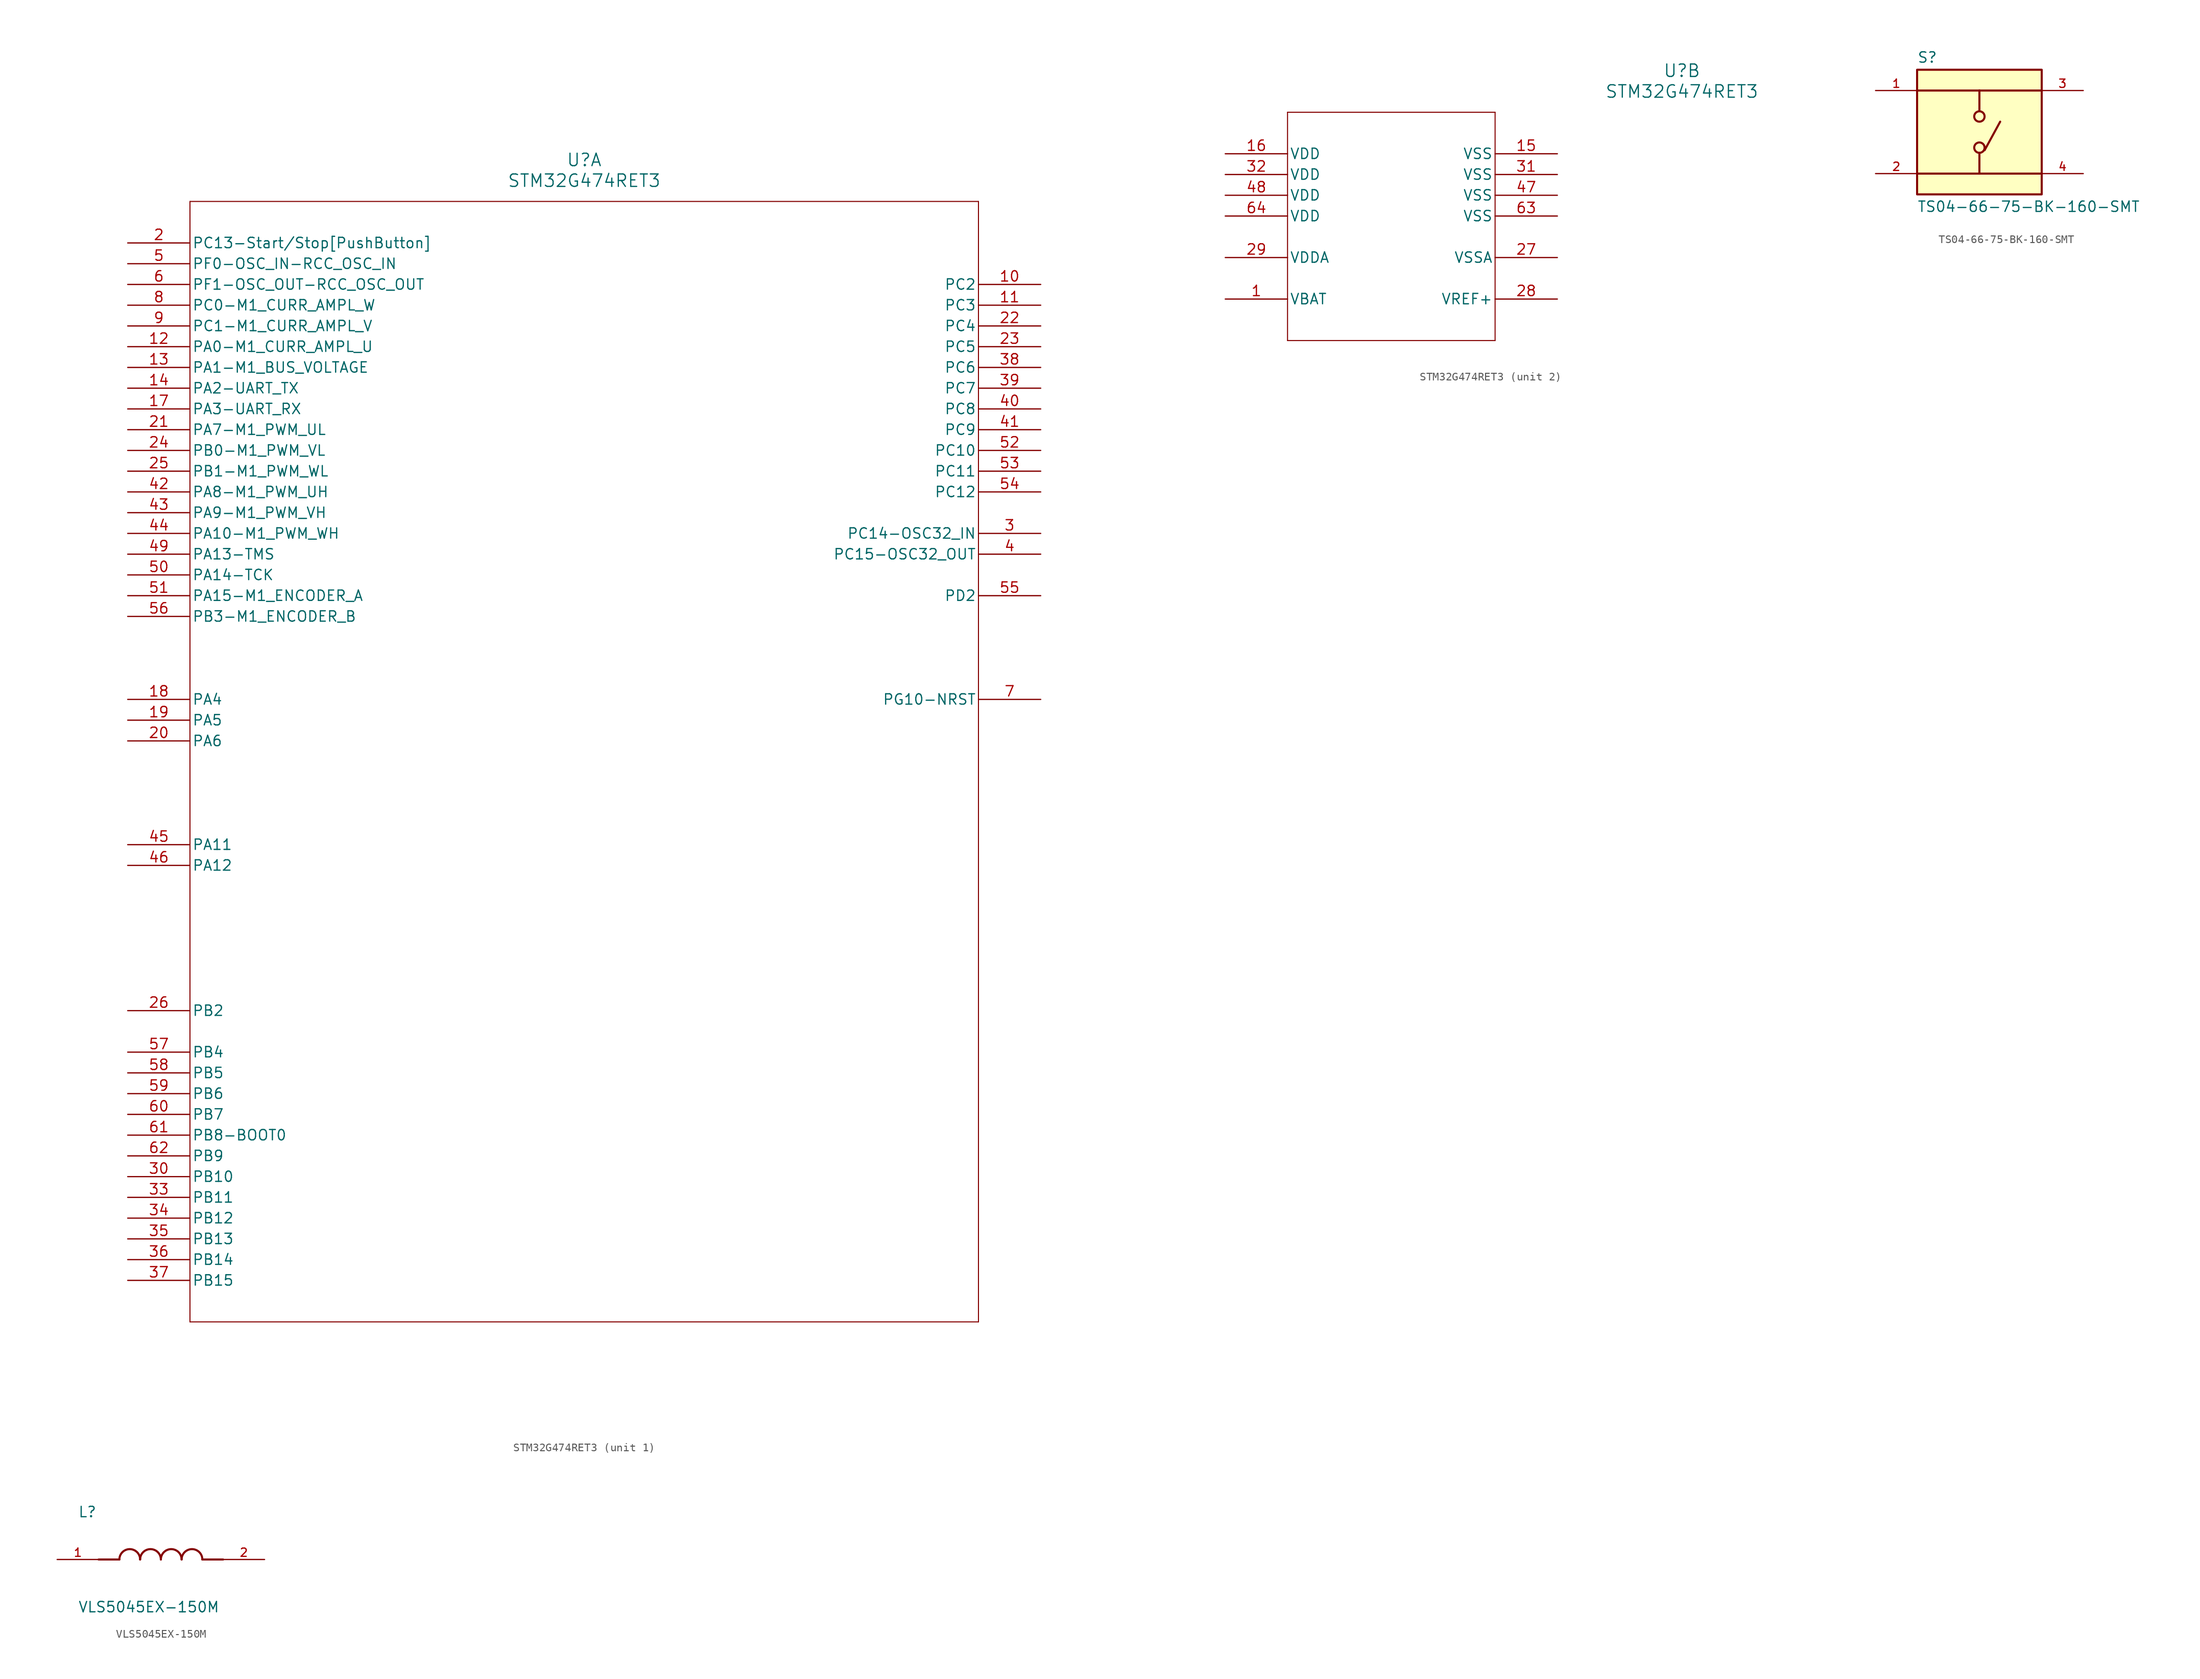
<source format=kicad_sym>
(kicad_symbol_lib
  (version 20220914)
  (generator kicad_symbol_editor)
  (symbol "STM32G474RET3"
    (pin_names
      (offset 0.254))
    (property "Reference" "U"
      (at 55.88 10.16 0)
      (effects (font (size 1.524 1.524))))
    (property "Value" "STM32G474RET3"
      (at 55.88 7.62 0)
      (effects (font (size 1.524 1.524))))
    (property "ki_locked" ""
      (at 0 0 0)
      (effects (font (size 1.27 1.27))))
    (symbol "STM32G474RET3_1_1"
      (polyline (pts (xy 7.62 -132.08) (xy 104.14 -132.08)) (stroke (width 0.127) (type default)) (fill (type none)))
      (polyline (pts (xy 7.62 5.08) (xy 7.62 -132.08)) (stroke (width 0.127) (type default)) (fill (type none)))
      (polyline (pts (xy 104.14 -132.08) (xy 104.14 5.08)) (stroke (width 0.127) (type default)) (fill (type none)))
      (polyline (pts (xy 104.14 5.08) (xy 7.62 5.08)) (stroke (width 0.127) (type default)) (fill (type none)))
      (pin bidirectional line (at 111.76 -5.08 180) (length 7.62) (name "PC2" (effects (font (size 1.27 1.27)))) (number "10" (effects (font (size 1.27 1.27)))))
      (pin bidirectional line (at 111.76 -7.62 180) (length 7.62) (name "PC3" (effects (font (size 1.27 1.27)))) (number "11" (effects (font (size 1.27 1.27)))))
      (pin unspecified line (at 0 -12.7 0) (length 7.62) (name "PA0-M1_CURR_AMPL_U" (effects (font (size 1.27 1.27)))) (number "12" (effects (font (size 1.27 1.27)))))
      (pin unspecified line (at 0 -15.24 0) (length 7.62) (name "PA1-M1_BUS_VOLTAGE" (effects (font (size 1.27 1.27)))) (number "13" (effects (font (size 1.27 1.27)))))
      (pin unspecified line (at 0 -17.78 0) (length 7.62) (name "PA2-UART_TX" (effects (font (size 1.27 1.27)))) (number "14" (effects (font (size 1.27 1.27)))))
      (pin unspecified line (at 0 -20.32 0) (length 7.62) (name "PA3-UART_RX" (effects (font (size 1.27 1.27)))) (number "17" (effects (font (size 1.27 1.27)))))
      (pin bidirectional line (at 0 -55.88 0) (length 7.62) (name "PA4" (effects (font (size 1.27 1.27)))) (number "18" (effects (font (size 1.27 1.27)))))
      (pin bidirectional line (at 0 -58.42 0) (length 7.62) (name "PA5" (effects (font (size 1.27 1.27)))) (number "19" (effects (font (size 1.27 1.27)))))
      (pin unspecified line (at 0 0 0) (length 7.62) (name "PC13-Start/Stop[PushButton]" (effects (font (size 1.27 1.27)))) (number "2" (effects (font (size 1.27 1.27)))))
      (pin bidirectional line (at 0 -60.96 0) (length 7.62) (name "PA6" (effects (font (size 1.27 1.27)))) (number "20" (effects (font (size 1.27 1.27)))))
      (pin unspecified line (at 0 -22.86 0) (length 7.62) (name "PA7-M1_PWM_UL" (effects (font (size 1.27 1.27)))) (number "21" (effects (font (size 1.27 1.27)))))
      (pin bidirectional line (at 111.76 -10.16 180) (length 7.62) (name "PC4" (effects (font (size 1.27 1.27)))) (number "22" (effects (font (size 1.27 1.27)))))
      (pin bidirectional line (at 111.76 -12.7 180) (length 7.62) (name "PC5" (effects (font (size 1.27 1.27)))) (number "23" (effects (font (size 1.27 1.27)))))
      (pin unspecified line (at 0 -25.4 0) (length 7.62) (name "PB0-M1_PWM_VL" (effects (font (size 1.27 1.27)))) (number "24" (effects (font (size 1.27 1.27)))))
      (pin unspecified line (at 0 -27.94 0) (length 7.62) (name "PB1-M1_PWM_WL" (effects (font (size 1.27 1.27)))) (number "25" (effects (font (size 1.27 1.27)))))
      (pin bidirectional line (at 0 -93.98 0) (length 7.62) (name "PB2" (effects (font (size 1.27 1.27)))) (number "26" (effects (font (size 1.27 1.27)))))
      (pin bidirectional line (at 111.76 -35.56 180) (length 7.62) (name "PC14-OSC32_IN" (effects (font (size 1.27 1.27)))) (number "3" (effects (font (size 1.27 1.27)))))
      (pin bidirectional line (at 0 -114.3 0) (length 7.62) (name "PB10" (effects (font (size 1.27 1.27)))) (number "30" (effects (font (size 1.27 1.27)))))
      (pin bidirectional line (at 0 -116.84 0) (length 7.62) (name "PB11" (effects (font (size 1.27 1.27)))) (number "33" (effects (font (size 1.27 1.27)))))
      (pin bidirectional line (at 0 -119.38 0) (length 7.62) (name "PB12" (effects (font (size 1.27 1.27)))) (number "34" (effects (font (size 1.27 1.27)))))
      (pin bidirectional line (at 0 -121.92 0) (length 7.62) (name "PB13" (effects (font (size 1.27 1.27)))) (number "35" (effects (font (size 1.27 1.27)))))
      (pin bidirectional line (at 0 -124.46 0) (length 7.62) (name "PB14" (effects (font (size 1.27 1.27)))) (number "36" (effects (font (size 1.27 1.27)))))
      (pin bidirectional line (at 0 -127 0) (length 7.62) (name "PB15" (effects (font (size 1.27 1.27)))) (number "37" (effects (font (size 1.27 1.27)))))
      (pin bidirectional line (at 111.76 -15.24 180) (length 7.62) (name "PC6" (effects (font (size 1.27 1.27)))) (number "38" (effects (font (size 1.27 1.27)))))
      (pin bidirectional line (at 111.76 -17.78 180) (length 7.62) (name "PC7" (effects (font (size 1.27 1.27)))) (number "39" (effects (font (size 1.27 1.27)))))
      (pin bidirectional line (at 111.76 -38.1 180) (length 7.62) (name "PC15-OSC32_OUT" (effects (font (size 1.27 1.27)))) (number "4" (effects (font (size 1.27 1.27)))))
      (pin bidirectional line (at 111.76 -20.32 180) (length 7.62) (name "PC8" (effects (font (size 1.27 1.27)))) (number "40" (effects (font (size 1.27 1.27)))))
      (pin bidirectional line (at 111.76 -22.86 180) (length 7.62) (name "PC9" (effects (font (size 1.27 1.27)))) (number "41" (effects (font (size 1.27 1.27)))))
      (pin unspecified line (at 0 -30.48 0) (length 7.62) (name "PA8-M1_PWM_UH" (effects (font (size 1.27 1.27)))) (number "42" (effects (font (size 1.27 1.27)))))
      (pin unspecified line (at 0 -33.02 0) (length 7.62) (name "PA9-M1_PWM_VH" (effects (font (size 1.27 1.27)))) (number "43" (effects (font (size 1.27 1.27)))))
      (pin unspecified line (at 0 -35.56 0) (length 7.62) (name "PA10-M1_PWM_WH" (effects (font (size 1.27 1.27)))) (number "44" (effects (font (size 1.27 1.27)))))
      (pin bidirectional line (at 0 -73.66 0) (length 7.62) (name "PA11" (effects (font (size 1.27 1.27)))) (number "45" (effects (font (size 1.27 1.27)))))
      (pin bidirectional line (at 0 -76.2 0) (length 7.62) (name "PA12" (effects (font (size 1.27 1.27)))) (number "46" (effects (font (size 1.27 1.27)))))
      (pin unspecified line (at 0 -38.1 0) (length 7.62) (name "PA13-TMS" (effects (font (size 1.27 1.27)))) (number "49" (effects (font (size 1.27 1.27)))))
      (pin unspecified line (at 0 -2.54 0) (length 7.62) (name "PF0-OSC_IN-RCC_OSC_IN" (effects (font (size 1.27 1.27)))) (number "5" (effects (font (size 1.27 1.27)))))
      (pin unspecified line (at 0 -40.64 0) (length 7.62) (name "PA14-TCK" (effects (font (size 1.27 1.27)))) (number "50" (effects (font (size 1.27 1.27)))))
      (pin unspecified line (at 0 -43.18 0) (length 7.62) (name "PA15-M1_ENCODER_A" (effects (font (size 1.27 1.27)))) (number "51" (effects (font (size 1.27 1.27)))))
      (pin bidirectional line (at 111.76 -25.4 180) (length 7.62) (name "PC10" (effects (font (size 1.27 1.27)))) (number "52" (effects (font (size 1.27 1.27)))))
      (pin bidirectional line (at 111.76 -27.94 180) (length 7.62) (name "PC11" (effects (font (size 1.27 1.27)))) (number "53" (effects (font (size 1.27 1.27)))))
      (pin bidirectional line (at 111.76 -30.48 180) (length 7.62) (name "PC12" (effects (font (size 1.27 1.27)))) (number "54" (effects (font (size 1.27 1.27)))))
      (pin bidirectional line (at 111.76 -43.18 180) (length 7.62) (name "PD2" (effects (font (size 1.27 1.27)))) (number "55" (effects (font (size 1.27 1.27)))))
      (pin unspecified line (at 0 -45.72 0) (length 7.62) (name "PB3-M1_ENCODER_B" (effects (font (size 1.27 1.27)))) (number "56" (effects (font (size 1.27 1.27)))))
      (pin bidirectional line (at 0 -99.06 0) (length 7.62) (name "PB4" (effects (font (size 1.27 1.27)))) (number "57" (effects (font (size 1.27 1.27)))))
      (pin bidirectional line (at 0 -101.6 0) (length 7.62) (name "PB5" (effects (font (size 1.27 1.27)))) (number "58" (effects (font (size 1.27 1.27)))))
      (pin bidirectional line (at 0 -104.14 0) (length 7.62) (name "PB6" (effects (font (size 1.27 1.27)))) (number "59" (effects (font (size 1.27 1.27)))))
      (pin unspecified line (at 0 -5.08 0) (length 7.62) (name "PF1-OSC_OUT-RCC_OSC_OUT" (effects (font (size 1.27 1.27)))) (number "6" (effects (font (size 1.27 1.27)))))
      (pin bidirectional line (at 0 -106.68 0) (length 7.62) (name "PB7" (effects (font (size 1.27 1.27)))) (number "60" (effects (font (size 1.27 1.27)))))
      (pin bidirectional line (at 0 -109.22 0) (length 7.62) (name "PB8-BOOT0" (effects (font (size 1.27 1.27)))) (number "61" (effects (font (size 1.27 1.27)))))
      (pin bidirectional line (at 0 -111.76 0) (length 7.62) (name "PB9" (effects (font (size 1.27 1.27)))) (number "62" (effects (font (size 1.27 1.27)))))
      (pin bidirectional line (at 111.76 -55.88 180) (length 7.62) (name "PG10-NRST" (effects (font (size 1.27 1.27)))) (number "7" (effects (font (size 1.27 1.27)))))
      (pin unspecified line (at 0 -7.62 0) (length 7.62) (name "PC0-M1_CURR_AMPL_W" (effects (font (size 1.27 1.27)))) (number "8" (effects (font (size 1.27 1.27)))))
      (pin unspecified line (at 0 -10.16 0) (length 7.62) (name "PC1-M1_CURR_AMPL_V" (effects (font (size 1.27 1.27)))) (number "9" (effects (font (size 1.27 1.27))))))
    (symbol "STM32G474RET3_2_1"
      (polyline (pts (xy 7.62 -22.86) (xy 33.02 -22.86)) (stroke (width 0.127) (type default)) (fill (type none)))
      (polyline (pts (xy 7.62 5.08) (xy 7.62 -22.86)) (stroke (width 0.127) (type default)) (fill (type none)))
      (polyline (pts (xy 33.02 -22.86) (xy 33.02 5.08)) (stroke (width 0.127) (type default)) (fill (type none)))
      (polyline (pts (xy 33.02 5.08) (xy 7.62 5.08)) (stroke (width 0.127) (type default)) (fill (type none)))
      (pin power_in line (at 0 -17.78 0) (length 7.62) (name "VBAT" (effects (font (size 1.27 1.27)))) (number "1" (effects (font (size 1.27 1.27)))))
      (pin power_in line (at 40.64 0 180) (length 7.62) (name "VSS" (effects (font (size 1.27 1.27)))) (number "15" (effects (font (size 1.27 1.27)))))
      (pin power_in line (at 0 0 0) (length 7.62) (name "VDD" (effects (font (size 1.27 1.27)))) (number "16" (effects (font (size 1.27 1.27)))))
      (pin power_in line (at 40.64 -12.7 180) (length 7.62) (name "VSSA" (effects (font (size 1.27 1.27)))) (number "27" (effects (font (size 1.27 1.27)))))
      (pin power_in line (at 40.64 -17.78 180) (length 7.62) (name "VREF+" (effects (font (size 1.27 1.27)))) (number "28" (effects (font (size 1.27 1.27)))))
      (pin power_in line (at 0 -12.7 0) (length 7.62) (name "VDDA" (effects (font (size 1.27 1.27)))) (number "29" (effects (font (size 1.27 1.27)))))
      (pin power_in line (at 40.64 -2.54 180) (length 7.62) (name "VSS" (effects (font (size 1.27 1.27)))) (number "31" (effects (font (size 1.27 1.27)))))
      (pin power_in line (at 0 -2.54 0) (length 7.62) (name "VDD" (effects (font (size 1.27 1.27)))) (number "32" (effects (font (size 1.27 1.27)))))
      (pin power_in line (at 40.64 -5.08 180) (length 7.62) (name "VSS" (effects (font (size 1.27 1.27)))) (number "47" (effects (font (size 1.27 1.27)))))
      (pin power_in line (at 0 -5.08 0) (length 7.62) (name "VDD" (effects (font (size 1.27 1.27)))) (number "48" (effects (font (size 1.27 1.27)))))
      (pin power_in line (at 40.64 -7.62 180) (length 7.62) (name "VSS" (effects (font (size 1.27 1.27)))) (number "63" (effects (font (size 1.27 1.27)))))
      (pin power_in line (at 0 -7.62 0) (length 7.62) (name "VDD" (effects (font (size 1.27 1.27)))) (number "64" (effects (font (size 1.27 1.27)))))))
  (symbol "TS04-66-75-BK-160-SMT"
    (pin_names
      (offset 1.016))
    (property "Reference" "S"
      (at -7.62 8.382 0)
      (effects (font (size 1.27 1.27)) (justify left bottom)))
    (property "Value" "TS04-66-75-BK-160-SMT"
      (at -7.62 -8.382 0)
      (effects (font (size 1.27 1.27)) (justify left top)))
    (symbol "TS04-66-75-BK-160-SMT_0_0"
      (rectangle (start -7.62 7.62) (end 7.62 -7.62) (stroke (width 0.254) (type default)) (fill (type background)))
      (circle (center 0 -1.905) (radius 0.635) (stroke (width 0.254) (type default)) (fill (type none)))
      (polyline (pts (xy 0 -5.08) (xy -7.62 -5.08)) (stroke (width 0.254) (type default)) (fill (type none)))
      (polyline (pts (xy 0 -5.08) (xy 7.62 -5.08)) (stroke (width 0.254) (type default)) (fill (type none)))
      (polyline (pts (xy 0 -2.54) (xy 0 -5.08)) (stroke (width 0.254) (type default)) (fill (type none)))
      (polyline (pts (xy 0 5.08) (xy -7.62 5.08)) (stroke (width 0.254) (type default)) (fill (type none)))
      (polyline (pts (xy 0 5.08) (xy 0 2.54)) (stroke (width 0.254) (type default)) (fill (type none)))
      (polyline (pts (xy 0 5.08) (xy 7.62 5.08)) (stroke (width 0.254) (type default)) (fill (type none)))
      (polyline (pts (xy 0.635 -2.223) (xy 2.54 1.27)) (stroke (width 0.254) (type default)) (fill (type none)))
      (circle (center 0 1.905) (radius 0.635) (stroke (width 0.254) (type default)) (fill (type none)))
      (pin passive line (at -12.7 5.08 0) (length 5.08) (name "~" (effects (font (size 1.016 1.016)))) (number "1" (effects (font (size 1.016 1.016)))))
      (pin passive line (at -12.7 -5.08 0) (length 5.08) (name "~" (effects (font (size 1.016 1.016)))) (number "2" (effects (font (size 1.016 1.016)))))
      (pin passive line (at 12.7 5.08 180) (length 5.08) (name "~" (effects (font (size 1.016 1.016)))) (number "3" (effects (font (size 1.016 1.016)))))
      (pin passive line (at 12.7 -5.08 180) (length 5.08) (name "~" (effects (font (size 1.016 1.016)))) (number "4" (effects (font (size 1.016 1.016)))))))
  (symbol "VLS5045EX-150M"
    (pin_names
      (offset 1.016))
    (property "Reference" "L"
      (at -10.16 5.08 0)
      (effects (font (size 1.27 1.27)) (justify left bottom)))
    (property "Value" "VLS5045EX-150M"
      (at -10.16 -5.08 0)
      (effects (font (size 1.27 1.27)) (justify left top)))
    (symbol "VLS5045EX-150M_0_0"
      (arc (start -2.54 0) (mid -3.81 1.2645) (end -5.08 0) (stroke (width 0.254) (type default)) (fill (type none)))
      (arc (start 0 0) (mid -1.27 1.2645) (end -2.54 0) (stroke (width 0.254) (type default)) (fill (type none)))
      (polyline (pts (xy -5.08 0) (xy -7.62 0)) (stroke (width 0.254) (type default)) (fill (type none)))
      (polyline (pts (xy 5.08 0) (xy 7.62 0)) (stroke (width 0.254) (type default)) (fill (type none)))
      (arc (start 2.54 0) (mid 1.27 1.2645) (end 0 0) (stroke (width 0.254) (type default)) (fill (type none)))
      (arc (start 5.08 0) (mid 3.81 1.2645) (end 2.54 0) (stroke (width 0.254) (type default)) (fill (type none)))
      (pin passive line (at -12.7 0 0) (length 5.08) (name "~" (effects (font (size 1.016 1.016)))) (number "1" (effects (font (size 1.016 1.016)))))
      (pin passive line (at 12.7 0 180) (length 5.08) (name "~" (effects (font (size 1.016 1.016)))) (number "2" (effects (font (size 1.016 1.016))))))))
</source>
